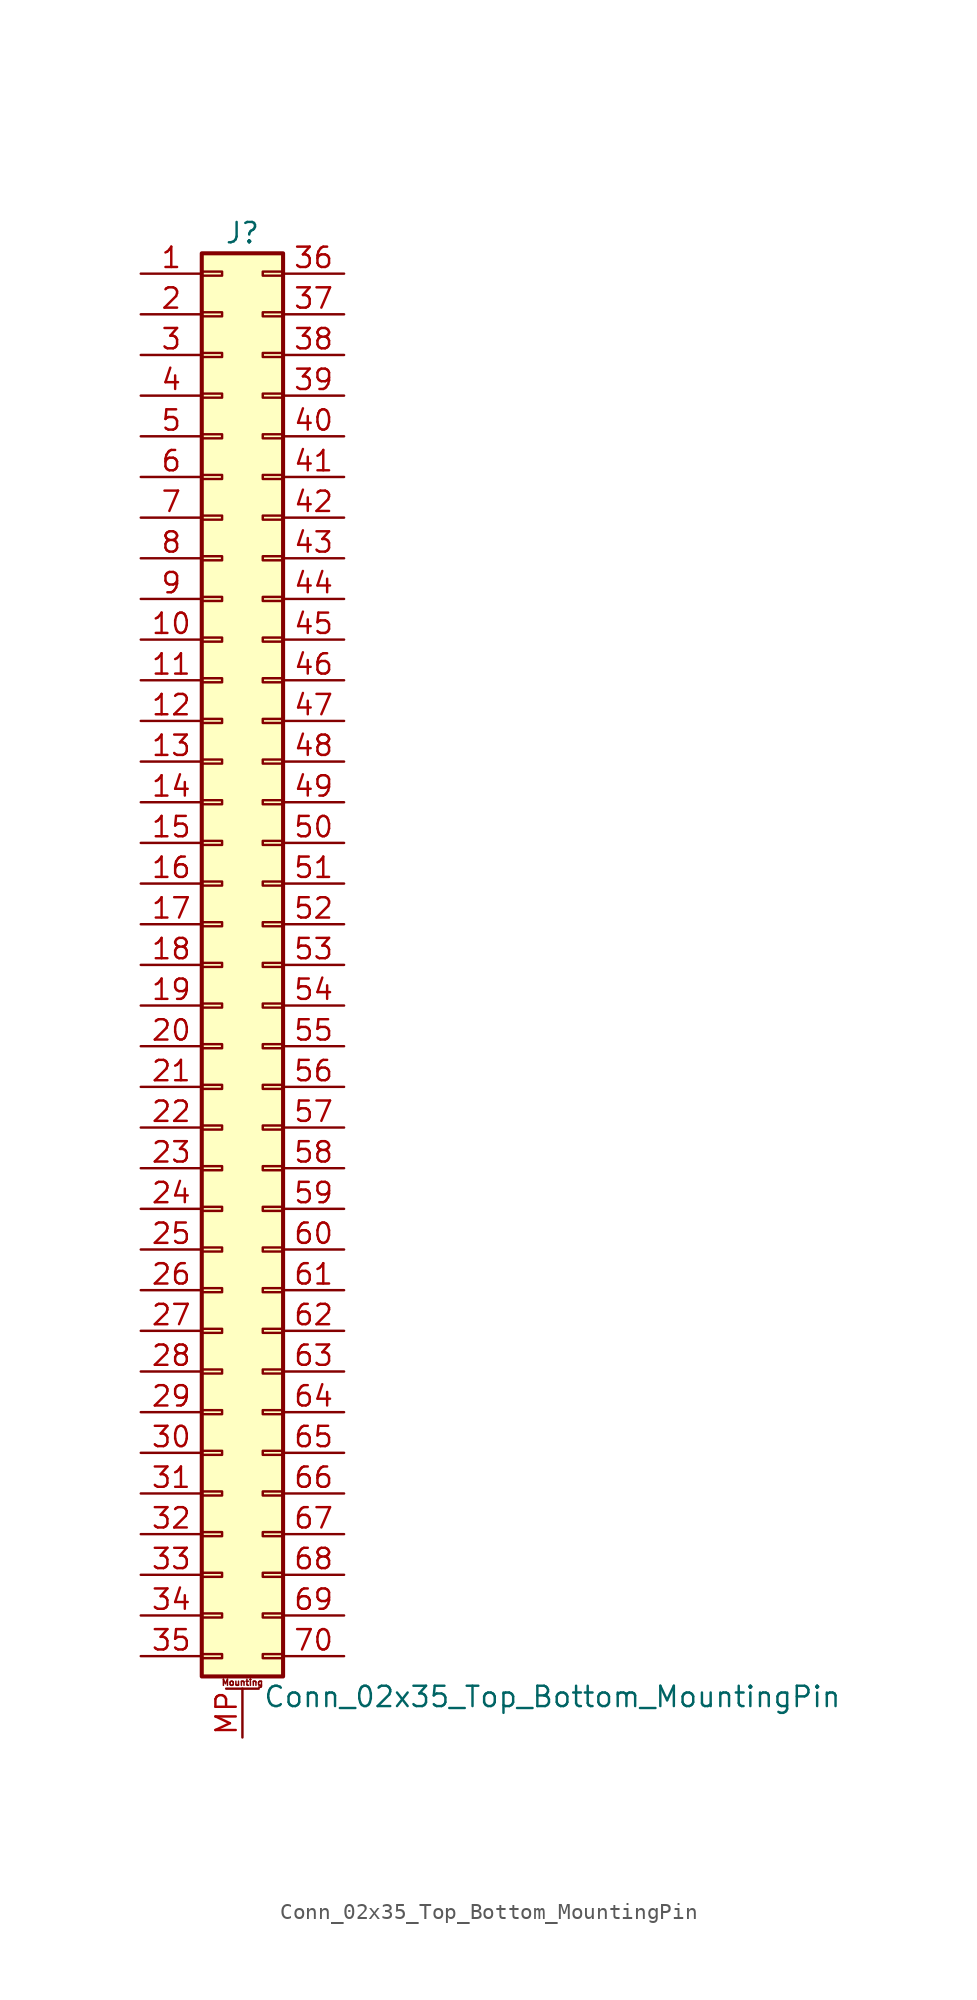
<source format=kicad_sym>
(kicad_symbol_lib
  (version 20220914)
  (generator kicad_symbol_editor)
  (symbol "Conn_02x35_Top_Bottom_MountingPin"
    (pin_names
      (offset 1.016) hide)
    (property "Reference" "J"
      (at 1.27 45.72 0)
      (effects (font (size 1.27 1.27))))
    (property "Value" "Conn_02x35_Top_Bottom_MountingPin"
      (at 2.54 -45.72 0)
      (effects (font (size 1.27 1.27)) (justify left)))
    (symbol "Conn_02x35_Top_Bottom_MountingPin_1_1"
      (rectangle (start -1.27 -43.053) (end 0 -43.307) (stroke (width 0.152) (type default)) (fill (type none)))
      (rectangle (start -1.27 -40.513) (end 0 -40.767) (stroke (width 0.152) (type default)) (fill (type none)))
      (rectangle (start -1.27 -37.973) (end 0 -38.227) (stroke (width 0.152) (type default)) (fill (type none)))
      (rectangle (start -1.27 -35.433) (end 0 -35.687) (stroke (width 0.152) (type default)) (fill (type none)))
      (rectangle (start -1.27 -32.893) (end 0 -33.147) (stroke (width 0.152) (type default)) (fill (type none)))
      (rectangle (start -1.27 -30.353) (end 0 -30.607) (stroke (width 0.152) (type default)) (fill (type none)))
      (rectangle (start -1.27 -27.813) (end 0 -28.067) (stroke (width 0.152) (type default)) (fill (type none)))
      (rectangle (start -1.27 -25.273) (end 0 -25.527) (stroke (width 0.152) (type default)) (fill (type none)))
      (rectangle (start -1.27 -22.733) (end 0 -22.987) (stroke (width 0.152) (type default)) (fill (type none)))
      (rectangle (start -1.27 -20.193) (end 0 -20.447) (stroke (width 0.152) (type default)) (fill (type none)))
      (rectangle (start -1.27 -17.653) (end 0 -17.907) (stroke (width 0.152) (type default)) (fill (type none)))
      (rectangle (start -1.27 -15.113) (end 0 -15.367) (stroke (width 0.152) (type default)) (fill (type none)))
      (rectangle (start -1.27 -12.573) (end 0 -12.827) (stroke (width 0.152) (type default)) (fill (type none)))
      (rectangle (start -1.27 -10.033) (end 0 -10.287) (stroke (width 0.152) (type default)) (fill (type none)))
      (rectangle (start -1.27 -7.493) (end 0 -7.747) (stroke (width 0.152) (type default)) (fill (type none)))
      (rectangle (start -1.27 -4.953) (end 0 -5.207) (stroke (width 0.152) (type default)) (fill (type none)))
      (rectangle (start -1.27 -2.413) (end 0 -2.667) (stroke (width 0.152) (type default)) (fill (type none)))
      (rectangle (start -1.27 0.127) (end 0 -0.127) (stroke (width 0.152) (type default)) (fill (type none)))
      (rectangle (start -1.27 2.667) (end 0 2.413) (stroke (width 0.152) (type default)) (fill (type none)))
      (rectangle (start -1.27 5.207) (end 0 4.953) (stroke (width 0.152) (type default)) (fill (type none)))
      (rectangle (start -1.27 7.747) (end 0 7.493) (stroke (width 0.152) (type default)) (fill (type none)))
      (rectangle (start -1.27 10.287) (end 0 10.033) (stroke (width 0.152) (type default)) (fill (type none)))
      (rectangle (start -1.27 12.827) (end 0 12.573) (stroke (width 0.152) (type default)) (fill (type none)))
      (rectangle (start -1.27 15.367) (end 0 15.113) (stroke (width 0.152) (type default)) (fill (type none)))
      (rectangle (start -1.27 17.907) (end 0 17.653) (stroke (width 0.152) (type default)) (fill (type none)))
      (rectangle (start -1.27 20.447) (end 0 20.193) (stroke (width 0.152) (type default)) (fill (type none)))
      (rectangle (start -1.27 22.987) (end 0 22.733) (stroke (width 0.152) (type default)) (fill (type none)))
      (rectangle (start -1.27 25.527) (end 0 25.273) (stroke (width 0.152) (type default)) (fill (type none)))
      (rectangle (start -1.27 28.067) (end 0 27.813) (stroke (width 0.152) (type default)) (fill (type none)))
      (rectangle (start -1.27 30.607) (end 0 30.353) (stroke (width 0.152) (type default)) (fill (type none)))
      (rectangle (start -1.27 33.147) (end 0 32.893) (stroke (width 0.152) (type default)) (fill (type none)))
      (rectangle (start -1.27 35.687) (end 0 35.433) (stroke (width 0.152) (type default)) (fill (type none)))
      (rectangle (start -1.27 38.227) (end 0 37.973) (stroke (width 0.152) (type default)) (fill (type none)))
      (rectangle (start -1.27 40.767) (end 0 40.513) (stroke (width 0.152) (type default)) (fill (type none)))
      (rectangle (start -1.27 43.307) (end 0 43.053) (stroke (width 0.152) (type default)) (fill (type none)))
      (rectangle (start -1.27 44.45) (end 3.81 -44.45) (stroke (width 0.254) (type default)) (fill (type background)))
      (polyline (pts (xy 0.254 -45.212) (xy 2.286 -45.212)) (stroke (width 0.152) (type default)) (fill (type none)))
      (rectangle (start 3.81 -43.053) (end 2.54 -43.307) (stroke (width 0.152) (type default)) (fill (type none)))
      (rectangle (start 3.81 -40.513) (end 2.54 -40.767) (stroke (width 0.152) (type default)) (fill (type none)))
      (rectangle (start 3.81 -37.973) (end 2.54 -38.227) (stroke (width 0.152) (type default)) (fill (type none)))
      (rectangle (start 3.81 -35.433) (end 2.54 -35.687) (stroke (width 0.152) (type default)) (fill (type none)))
      (rectangle (start 3.81 -32.893) (end 2.54 -33.147) (stroke (width 0.152) (type default)) (fill (type none)))
      (rectangle (start 3.81 -30.353) (end 2.54 -30.607) (stroke (width 0.152) (type default)) (fill (type none)))
      (rectangle (start 3.81 -27.813) (end 2.54 -28.067) (stroke (width 0.152) (type default)) (fill (type none)))
      (rectangle (start 3.81 -25.273) (end 2.54 -25.527) (stroke (width 0.152) (type default)) (fill (type none)))
      (rectangle (start 3.81 -22.733) (end 2.54 -22.987) (stroke (width 0.152) (type default)) (fill (type none)))
      (rectangle (start 3.81 -20.193) (end 2.54 -20.447) (stroke (width 0.152) (type default)) (fill (type none)))
      (rectangle (start 3.81 -17.653) (end 2.54 -17.907) (stroke (width 0.152) (type default)) (fill (type none)))
      (rectangle (start 3.81 -15.113) (end 2.54 -15.367) (stroke (width 0.152) (type default)) (fill (type none)))
      (rectangle (start 3.81 -12.573) (end 2.54 -12.827) (stroke (width 0.152) (type default)) (fill (type none)))
      (rectangle (start 3.81 -10.033) (end 2.54 -10.287) (stroke (width 0.152) (type default)) (fill (type none)))
      (rectangle (start 3.81 -7.493) (end 2.54 -7.747) (stroke (width 0.152) (type default)) (fill (type none)))
      (rectangle (start 3.81 -4.953) (end 2.54 -5.207) (stroke (width 0.152) (type default)) (fill (type none)))
      (rectangle (start 3.81 -2.413) (end 2.54 -2.667) (stroke (width 0.152) (type default)) (fill (type none)))
      (rectangle (start 3.81 0.127) (end 2.54 -0.127) (stroke (width 0.152) (type default)) (fill (type none)))
      (rectangle (start 3.81 2.667) (end 2.54 2.413) (stroke (width 0.152) (type default)) (fill (type none)))
      (rectangle (start 3.81 5.207) (end 2.54 4.953) (stroke (width 0.152) (type default)) (fill (type none)))
      (rectangle (start 3.81 7.747) (end 2.54 7.493) (stroke (width 0.152) (type default)) (fill (type none)))
      (rectangle (start 3.81 10.287) (end 2.54 10.033) (stroke (width 0.152) (type default)) (fill (type none)))
      (rectangle (start 3.81 12.827) (end 2.54 12.573) (stroke (width 0.152) (type default)) (fill (type none)))
      (rectangle (start 3.81 15.367) (end 2.54 15.113) (stroke (width 0.152) (type default)) (fill (type none)))
      (rectangle (start 3.81 17.907) (end 2.54 17.653) (stroke (width 0.152) (type default)) (fill (type none)))
      (rectangle (start 3.81 20.447) (end 2.54 20.193) (stroke (width 0.152) (type default)) (fill (type none)))
      (rectangle (start 3.81 22.987) (end 2.54 22.733) (stroke (width 0.152) (type default)) (fill (type none)))
      (rectangle (start 3.81 25.527) (end 2.54 25.273) (stroke (width 0.152) (type default)) (fill (type none)))
      (rectangle (start 3.81 28.067) (end 2.54 27.813) (stroke (width 0.152) (type default)) (fill (type none)))
      (rectangle (start 3.81 30.607) (end 2.54 30.353) (stroke (width 0.152) (type default)) (fill (type none)))
      (rectangle (start 3.81 33.147) (end 2.54 32.893) (stroke (width 0.152) (type default)) (fill (type none)))
      (rectangle (start 3.81 35.687) (end 2.54 35.433) (stroke (width 0.152) (type default)) (fill (type none)))
      (rectangle (start 3.81 38.227) (end 2.54 37.973) (stroke (width 0.152) (type default)) (fill (type none)))
      (rectangle (start 3.81 40.767) (end 2.54 40.513) (stroke (width 0.152) (type default)) (fill (type none)))
      (rectangle (start 3.81 43.307) (end 2.54 43.053) (stroke (width 0.152) (type default)) (fill (type none)))
      (text "Mounting" (at 1.27 -44.831 0) (effects (font (size 0.381 0.381))))
      (pin passive line (at -5.08 43.18 0) (length 3.81) (name "Pin_1" (effects (font (size 1.27 1.27)))) (number "1" (effects (font (size 1.27 1.27)))))
      (pin passive line (at -5.08 20.32 0) (length 3.81) (name "Pin_10" (effects (font (size 1.27 1.27)))) (number "10" (effects (font (size 1.27 1.27)))))
      (pin passive line (at -5.08 17.78 0) (length 3.81) (name "Pin_11" (effects (font (size 1.27 1.27)))) (number "11" (effects (font (size 1.27 1.27)))))
      (pin passive line (at -5.08 15.24 0) (length 3.81) (name "Pin_12" (effects (font (size 1.27 1.27)))) (number "12" (effects (font (size 1.27 1.27)))))
      (pin passive line (at -5.08 12.7 0) (length 3.81) (name "Pin_13" (effects (font (size 1.27 1.27)))) (number "13" (effects (font (size 1.27 1.27)))))
      (pin passive line (at -5.08 10.16 0) (length 3.81) (name "Pin_14" (effects (font (size 1.27 1.27)))) (number "14" (effects (font (size 1.27 1.27)))))
      (pin passive line (at -5.08 7.62 0) (length 3.81) (name "Pin_15" (effects (font (size 1.27 1.27)))) (number "15" (effects (font (size 1.27 1.27)))))
      (pin passive line (at -5.08 5.08 0) (length 3.81) (name "Pin_16" (effects (font (size 1.27 1.27)))) (number "16" (effects (font (size 1.27 1.27)))))
      (pin passive line (at -5.08 2.54 0) (length 3.81) (name "Pin_17" (effects (font (size 1.27 1.27)))) (number "17" (effects (font (size 1.27 1.27)))))
      (pin passive line (at -5.08 0 0) (length 3.81) (name "Pin_18" (effects (font (size 1.27 1.27)))) (number "18" (effects (font (size 1.27 1.27)))))
      (pin passive line (at -5.08 -2.54 0) (length 3.81) (name "Pin_19" (effects (font (size 1.27 1.27)))) (number "19" (effects (font (size 1.27 1.27)))))
      (pin passive line (at -5.08 40.64 0) (length 3.81) (name "Pin_2" (effects (font (size 1.27 1.27)))) (number "2" (effects (font (size 1.27 1.27)))))
      (pin passive line (at -5.08 -5.08 0) (length 3.81) (name "Pin_20" (effects (font (size 1.27 1.27)))) (number "20" (effects (font (size 1.27 1.27)))))
      (pin passive line (at -5.08 -7.62 0) (length 3.81) (name "Pin_21" (effects (font (size 1.27 1.27)))) (number "21" (effects (font (size 1.27 1.27)))))
      (pin passive line (at -5.08 -10.16 0) (length 3.81) (name "Pin_22" (effects (font (size 1.27 1.27)))) (number "22" (effects (font (size 1.27 1.27)))))
      (pin passive line (at -5.08 -12.7 0) (length 3.81) (name "Pin_23" (effects (font (size 1.27 1.27)))) (number "23" (effects (font (size 1.27 1.27)))))
      (pin passive line (at -5.08 -15.24 0) (length 3.81) (name "Pin_24" (effects (font (size 1.27 1.27)))) (number "24" (effects (font (size 1.27 1.27)))))
      (pin passive line (at -5.08 -17.78 0) (length 3.81) (name "Pin_25" (effects (font (size 1.27 1.27)))) (number "25" (effects (font (size 1.27 1.27)))))
      (pin passive line (at -5.08 -20.32 0) (length 3.81) (name "Pin_26" (effects (font (size 1.27 1.27)))) (number "26" (effects (font (size 1.27 1.27)))))
      (pin passive line (at -5.08 -22.86 0) (length 3.81) (name "Pin_27" (effects (font (size 1.27 1.27)))) (number "27" (effects (font (size 1.27 1.27)))))
      (pin passive line (at -5.08 -25.4 0) (length 3.81) (name "Pin_28" (effects (font (size 1.27 1.27)))) (number "28" (effects (font (size 1.27 1.27)))))
      (pin passive line (at -5.08 -27.94 0) (length 3.81) (name "Pin_29" (effects (font (size 1.27 1.27)))) (number "29" (effects (font (size 1.27 1.27)))))
      (pin passive line (at -5.08 38.1 0) (length 3.81) (name "Pin_3" (effects (font (size 1.27 1.27)))) (number "3" (effects (font (size 1.27 1.27)))))
      (pin passive line (at -5.08 -30.48 0) (length 3.81) (name "Pin_30" (effects (font (size 1.27 1.27)))) (number "30" (effects (font (size 1.27 1.27)))))
      (pin passive line (at -5.08 -33.02 0) (length 3.81) (name "Pin_31" (effects (font (size 1.27 1.27)))) (number "31" (effects (font (size 1.27 1.27)))))
      (pin passive line (at -5.08 -35.56 0) (length 3.81) (name "Pin_32" (effects (font (size 1.27 1.27)))) (number "32" (effects (font (size 1.27 1.27)))))
      (pin passive line (at -5.08 -38.1 0) (length 3.81) (name "Pin_33" (effects (font (size 1.27 1.27)))) (number "33" (effects (font (size 1.27 1.27)))))
      (pin passive line (at -5.08 -40.64 0) (length 3.81) (name "Pin_34" (effects (font (size 1.27 1.27)))) (number "34" (effects (font (size 1.27 1.27)))))
      (pin passive line (at -5.08 -43.18 0) (length 3.81) (name "Pin_35" (effects (font (size 1.27 1.27)))) (number "35" (effects (font (size 1.27 1.27)))))
      (pin passive line (at 7.62 43.18 180) (length 3.81) (name "Pin_36" (effects (font (size 1.27 1.27)))) (number "36" (effects (font (size 1.27 1.27)))))
      (pin passive line (at 7.62 40.64 180) (length 3.81) (name "Pin_37" (effects (font (size 1.27 1.27)))) (number "37" (effects (font (size 1.27 1.27)))))
      (pin passive line (at 7.62 38.1 180) (length 3.81) (name "Pin_38" (effects (font (size 1.27 1.27)))) (number "38" (effects (font (size 1.27 1.27)))))
      (pin passive line (at 7.62 35.56 180) (length 3.81) (name "Pin_39" (effects (font (size 1.27 1.27)))) (number "39" (effects (font (size 1.27 1.27)))))
      (pin passive line (at -5.08 35.56 0) (length 3.81) (name "Pin_4" (effects (font (size 1.27 1.27)))) (number "4" (effects (font (size 1.27 1.27)))))
      (pin passive line (at 7.62 33.02 180) (length 3.81) (name "Pin_40" (effects (font (size 1.27 1.27)))) (number "40" (effects (font (size 1.27 1.27)))))
      (pin passive line (at 7.62 30.48 180) (length 3.81) (name "Pin_41" (effects (font (size 1.27 1.27)))) (number "41" (effects (font (size 1.27 1.27)))))
      (pin passive line (at 7.62 27.94 180) (length 3.81) (name "Pin_42" (effects (font (size 1.27 1.27)))) (number "42" (effects (font (size 1.27 1.27)))))
      (pin passive line (at 7.62 25.4 180) (length 3.81) (name "Pin_43" (effects (font (size 1.27 1.27)))) (number "43" (effects (font (size 1.27 1.27)))))
      (pin passive line (at 7.62 22.86 180) (length 3.81) (name "Pin_44" (effects (font (size 1.27 1.27)))) (number "44" (effects (font (size 1.27 1.27)))))
      (pin passive line (at 7.62 20.32 180) (length 3.81) (name "Pin_45" (effects (font (size 1.27 1.27)))) (number "45" (effects (font (size 1.27 1.27)))))
      (pin passive line (at 7.62 17.78 180) (length 3.81) (name "Pin_46" (effects (font (size 1.27 1.27)))) (number "46" (effects (font (size 1.27 1.27)))))
      (pin passive line (at 7.62 15.24 180) (length 3.81) (name "Pin_47" (effects (font (size 1.27 1.27)))) (number "47" (effects (font (size 1.27 1.27)))))
      (pin passive line (at 7.62 12.7 180) (length 3.81) (name "Pin_48" (effects (font (size 1.27 1.27)))) (number "48" (effects (font (size 1.27 1.27)))))
      (pin passive line (at 7.62 10.16 180) (length 3.81) (name "Pin_49" (effects (font (size 1.27 1.27)))) (number "49" (effects (font (size 1.27 1.27)))))
      (pin passive line (at -5.08 33.02 0) (length 3.81) (name "Pin_5" (effects (font (size 1.27 1.27)))) (number "5" (effects (font (size 1.27 1.27)))))
      (pin passive line (at 7.62 7.62 180) (length 3.81) (name "Pin_50" (effects (font (size 1.27 1.27)))) (number "50" (effects (font (size 1.27 1.27)))))
      (pin passive line (at 7.62 5.08 180) (length 3.81) (name "Pin_51" (effects (font (size 1.27 1.27)))) (number "51" (effects (font (size 1.27 1.27)))))
      (pin passive line (at 7.62 2.54 180) (length 3.81) (name "Pin_52" (effects (font (size 1.27 1.27)))) (number "52" (effects (font (size 1.27 1.27)))))
      (pin passive line (at 7.62 0 180) (length 3.81) (name "Pin_53" (effects (font (size 1.27 1.27)))) (number "53" (effects (font (size 1.27 1.27)))))
      (pin passive line (at 7.62 -2.54 180) (length 3.81) (name "Pin_54" (effects (font (size 1.27 1.27)))) (number "54" (effects (font (size 1.27 1.27)))))
      (pin passive line (at 7.62 -5.08 180) (length 3.81) (name "Pin_55" (effects (font (size 1.27 1.27)))) (number "55" (effects (font (size 1.27 1.27)))))
      (pin passive line (at 7.62 -7.62 180) (length 3.81) (name "Pin_56" (effects (font (size 1.27 1.27)))) (number "56" (effects (font (size 1.27 1.27)))))
      (pin passive line (at 7.62 -10.16 180) (length 3.81) (name "Pin_57" (effects (font (size 1.27 1.27)))) (number "57" (effects (font (size 1.27 1.27)))))
      (pin passive line (at 7.62 -12.7 180) (length 3.81) (name "Pin_58" (effects (font (size 1.27 1.27)))) (number "58" (effects (font (size 1.27 1.27)))))
      (pin passive line (at 7.62 -15.24 180) (length 3.81) (name "Pin_59" (effects (font (size 1.27 1.27)))) (number "59" (effects (font (size 1.27 1.27)))))
      (pin passive line (at -5.08 30.48 0) (length 3.81) (name "Pin_6" (effects (font (size 1.27 1.27)))) (number "6" (effects (font (size 1.27 1.27)))))
      (pin passive line (at 7.62 -17.78 180) (length 3.81) (name "Pin_60" (effects (font (size 1.27 1.27)))) (number "60" (effects (font (size 1.27 1.27)))))
      (pin passive line (at 7.62 -20.32 180) (length 3.81) (name "Pin_61" (effects (font (size 1.27 1.27)))) (number "61" (effects (font (size 1.27 1.27)))))
      (pin passive line (at 7.62 -22.86 180) (length 3.81) (name "Pin_62" (effects (font (size 1.27 1.27)))) (number "62" (effects (font (size 1.27 1.27)))))
      (pin passive line (at 7.62 -25.4 180) (length 3.81) (name "Pin_63" (effects (font (size 1.27 1.27)))) (number "63" (effects (font (size 1.27 1.27)))))
      (pin passive line (at 7.62 -27.94 180) (length 3.81) (name "Pin_64" (effects (font (size 1.27 1.27)))) (number "64" (effects (font (size 1.27 1.27)))))
      (pin passive line (at 7.62 -30.48 180) (length 3.81) (name "Pin_65" (effects (font (size 1.27 1.27)))) (number "65" (effects (font (size 1.27 1.27)))))
      (pin passive line (at 7.62 -33.02 180) (length 3.81) (name "Pin_66" (effects (font (size 1.27 1.27)))) (number "66" (effects (font (size 1.27 1.27)))))
      (pin passive line (at 7.62 -35.56 180) (length 3.81) (name "Pin_67" (effects (font (size 1.27 1.27)))) (number "67" (effects (font (size 1.27 1.27)))))
      (pin passive line (at 7.62 -38.1 180) (length 3.81) (name "Pin_68" (effects (font (size 1.27 1.27)))) (number "68" (effects (font (size 1.27 1.27)))))
      (pin passive line (at 7.62 -40.64 180) (length 3.81) (name "Pin_69" (effects (font (size 1.27 1.27)))) (number "69" (effects (font (size 1.27 1.27)))))
      (pin passive line (at -5.08 27.94 0) (length 3.81) (name "Pin_7" (effects (font (size 1.27 1.27)))) (number "7" (effects (font (size 1.27 1.27)))))
      (pin passive line (at 7.62 -43.18 180) (length 3.81) (name "Pin_70" (effects (font (size 1.27 1.27)))) (number "70" (effects (font (size 1.27 1.27)))))
      (pin passive line (at -5.08 25.4 0) (length 3.81) (name "Pin_8" (effects (font (size 1.27 1.27)))) (number "8" (effects (font (size 1.27 1.27)))))
      (pin passive line (at -5.08 22.86 0) (length 3.81) (name "Pin_9" (effects (font (size 1.27 1.27)))) (number "9" (effects (font (size 1.27 1.27)))))
      (pin passive line (at 1.27 -48.26 90) (length 3.048) (name "MountPin" (effects (font (size 1.27 1.27)))) (number "MP" (effects (font (size 1.27 1.27))))))))
</source>
